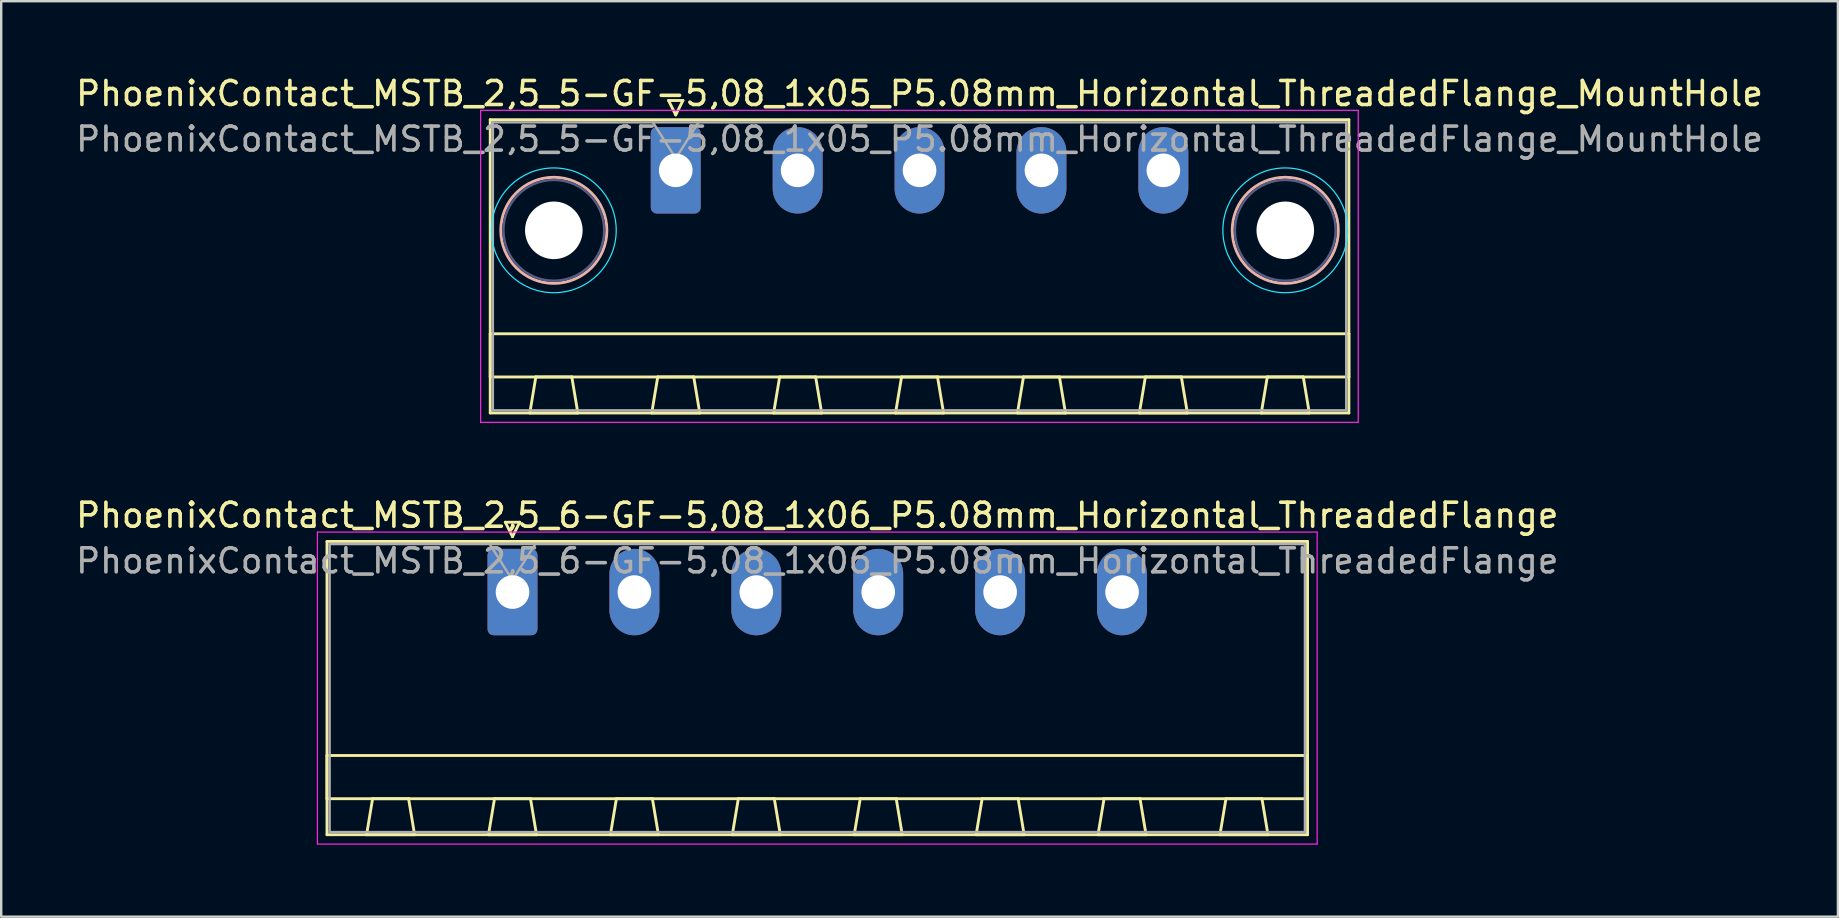
<source format=kicad_pcb>
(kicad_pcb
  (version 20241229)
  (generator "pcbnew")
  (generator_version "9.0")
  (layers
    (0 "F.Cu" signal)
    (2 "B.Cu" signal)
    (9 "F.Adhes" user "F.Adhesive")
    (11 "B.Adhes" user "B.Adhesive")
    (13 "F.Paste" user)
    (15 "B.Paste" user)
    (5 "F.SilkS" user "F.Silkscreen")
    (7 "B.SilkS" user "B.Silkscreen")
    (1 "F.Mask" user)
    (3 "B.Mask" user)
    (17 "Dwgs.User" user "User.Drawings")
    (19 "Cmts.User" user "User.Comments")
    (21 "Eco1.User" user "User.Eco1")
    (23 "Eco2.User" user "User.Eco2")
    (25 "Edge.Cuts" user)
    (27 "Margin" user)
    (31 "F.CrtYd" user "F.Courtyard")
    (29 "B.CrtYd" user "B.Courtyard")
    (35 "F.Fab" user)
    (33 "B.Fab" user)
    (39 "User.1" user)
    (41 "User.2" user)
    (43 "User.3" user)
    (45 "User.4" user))
  (footprint "PhoenixContact_MSTB_2,5_6-GF-5,08_1x06_P5.08mm_Horizontal_ThreadedFlange"
    (layer "F.Cu")
    (at 18.306 21.622)
    (property "Reference" "PhoenixContact_MSTB_2,5_6-GF-5,08_1x06_P5.08mm_Horizontal_ThreadedFlange" (at 12.7 -3.2 0) (layer "F.SilkS") (effects (font (size 1 1) (thickness 0.15))))
    (attr through_hole)
    (fp_line (start -7.73 -2.11) (end -7.73 10.11) (stroke (width 0.12) (type solid)) (layer "F.SilkS"))
    (fp_line (start -7.73 6.81) (end 33.13 6.81) (stroke (width 0.12) (type solid)) (layer "F.SilkS"))
    (fp_line (start -7.73 8.61) (end -7.73 6.81) (stroke (width 0.12) (type solid)) (layer "F.SilkS"))
    (fp_line (start -7.73 10.11) (end 33.13 10.11) (stroke (width 0.12) (type solid)) (layer "F.SilkS"))
    (fp_line (start -6.08 10.11) (end -4.08 10.11) (stroke (width 0.12) (type solid)) (layer "F.SilkS"))
    (fp_line (start -5.83 8.61) (end -6.08 10.11) (stroke (width 0.12) (type solid)) (layer "F.SilkS"))
    (fp_line (start -4.33 8.61) (end -5.83 8.61) (stroke (width 0.12) (type solid)) (layer "F.SilkS"))
    (fp_line (start -4.08 10.11) (end -4.33 8.61) (stroke (width 0.12) (type solid)) (layer "F.SilkS"))
    (fp_line (start -1 10.11) (end 1 10.11) (stroke (width 0.12) (type solid)) (layer "F.SilkS"))
    (fp_line (start -0.75 8.61) (end -1 10.11) (stroke (width 0.12) (type solid)) (layer "F.SilkS"))
    (fp_line (start -0.3 -2.91) (end 0.3 -2.91) (stroke (width 0.12) (type solid)) (layer "F.SilkS"))
    (fp_line (start 0 -2.31) (end -0.3 -2.91) (stroke (width 0.12) (type solid)) (layer "F.SilkS"))
    (fp_line (start 0.3 -2.91) (end 0 -2.31) (stroke (width 0.12) (type solid)) (layer "F.SilkS"))
    (fp_line (start 0.75 8.61) (end -0.75 8.61) (stroke (width 0.12) (type solid)) (layer "F.SilkS"))
    (fp_line (start 1 10.11) (end 0.75 8.61) (stroke (width 0.12) (type solid)) (layer "F.SilkS"))
    (fp_line (start 4.08 10.11) (end 6.08 10.11) (stroke (width 0.12) (type solid)) (layer "F.SilkS"))
    (fp_line (start 4.33 8.61) (end 4.08 10.11) (stroke (width 0.12) (type solid)) (layer "F.SilkS"))
    (fp_line (start 5.83 8.61) (end 4.33 8.61) (stroke (width 0.12) (type solid)) (layer "F.SilkS"))
    (fp_line (start 6.08 10.11) (end 5.83 8.61) (stroke (width 0.12) (type solid)) (layer "F.SilkS"))
    (fp_line (start 9.16 10.11) (end 11.16 10.11) (stroke (width 0.12) (type solid)) (layer "F.SilkS"))
    (fp_line (start 9.41 8.61) (end 9.16 10.11) (stroke (width 0.12) (type solid)) (layer "F.SilkS"))
    (fp_line (start 10.91 8.61) (end 9.41 8.61) (stroke (width 0.12) (type solid)) (layer "F.SilkS"))
    (fp_line (start 11.16 10.11) (end 10.91 8.61) (stroke (width 0.12) (type solid)) (layer "F.SilkS"))
    (fp_line (start 14.24 10.11) (end 16.24 10.11) (stroke (width 0.12) (type solid)) (layer "F.SilkS"))
    (fp_line (start 14.49 8.61) (end 14.24 10.11) (stroke (width 0.12) (type solid)) (layer "F.SilkS"))
    (fp_line (start 15.99 8.61) (end 14.49 8.61) (stroke (width 0.12) (type solid)) (layer "F.SilkS"))
    (fp_line (start 16.24 10.11) (end 15.99 8.61) (stroke (width 0.12) (type solid)) (layer "F.SilkS"))
    (fp_line (start 19.32 10.11) (end 21.32 10.11) (stroke (width 0.12) (type solid)) (layer "F.SilkS"))
    (fp_line (start 19.57 8.61) (end 19.32 10.11) (stroke (width 0.12) (type solid)) (layer "F.SilkS"))
    (fp_line (start 21.07 8.61) (end 19.57 8.61) (stroke (width 0.12) (type solid)) (layer "F.SilkS"))
    (fp_line (start 21.32 10.11) (end 21.07 8.61) (stroke (width 0.12) (type solid)) (layer "F.SilkS"))
    (fp_line (start 24.4 10.11) (end 26.4 10.11) (stroke (width 0.12) (type solid)) (layer "F.SilkS"))
    (fp_line (start 24.65 8.61) (end 24.4 10.11) (stroke (width 0.12) (type solid)) (layer "F.SilkS"))
    (fp_line (start 26.15 8.61) (end 24.65 8.61) (stroke (width 0.12) (type solid)) (layer "F.SilkS"))
    (fp_line (start 26.4 10.11) (end 26.15 8.61) (stroke (width 0.12) (type solid)) (layer "F.SilkS"))
    (fp_line (start 29.48 10.11) (end 31.48 10.11) (stroke (width 0.12) (type solid)) (layer "F.SilkS"))
    (fp_line (start 29.73 8.61) (end 29.48 10.11) (stroke (width 0.12) (type solid)) (layer "F.SilkS"))
    (fp_line (start 31.23 8.61) (end 29.73 8.61) (stroke (width 0.12) (type solid)) (layer "F.SilkS"))
    (fp_line (start 31.48 10.11) (end 31.23 8.61) (stroke (width 0.12) (type solid)) (layer "F.SilkS"))
    (fp_line (start 33.13 -2.11) (end -7.73 -2.11) (stroke (width 0.12) (type solid)) (layer "F.SilkS"))
    (fp_line (start 33.13 6.81) (end 33.13 8.61) (stroke (width 0.12) (type solid)) (layer "F.SilkS"))
    (fp_line (start 33.13 8.61) (end -7.73 8.61) (stroke (width 0.12) (type solid)) (layer "F.SilkS"))
    (fp_line (start 33.13 10.11) (end 33.13 -2.11) (stroke (width 0.12) (type solid)) (layer "F.SilkS"))
    (fp_line (start -8.13 -2.5) (end -8.13 10.5) (stroke (width 0.05) (type solid)) (layer "F.CrtYd"))
    (fp_line (start -8.13 10.5) (end 33.53 10.5) (stroke (width 0.05) (type solid)) (layer "F.CrtYd"))
    (fp_line (start 33.53 -2.5) (end -8.13 -2.5) (stroke (width 0.05) (type solid)) (layer "F.CrtYd"))
    (fp_line (start 33.53 10.5) (end 33.53 -2.5) (stroke (width 0.05) (type solid)) (layer "F.CrtYd"))
    (fp_line (start -7.62 -2) (end -7.62 10) (stroke (width 0.1) (type solid)) (layer "F.Fab"))
    (fp_line (start -7.62 10) (end 33.02 10) (stroke (width 0.1) (type solid)) (layer "F.Fab"))
    (fp_line (start 0 -0.5) (end -0.95 -2) (stroke (width 0.1) (type solid)) (layer "F.Fab"))
    (fp_line (start 0.95 -2) (end 0 -0.5) (stroke (width 0.1) (type solid)) (layer "F.Fab"))
    (fp_line (start 33.02 -2) (end -7.62 -2) (stroke (width 0.1) (type solid)) (layer "F.Fab"))
    (fp_line (start 33.02 10) (end 33.02 -2) (stroke (width 0.1) (type solid)) (layer "F.Fab"))
    (fp_text user "${REFERENCE}" (at 12.7 -1.3 0) (layer "F.Fab") (effects (font (size 1 1) (thickness 0.15))))
    (pad "1" thru_hole roundrect (at 0 0) (size 2.08 3.6) (drill 1.4) (layers "*.Cu" "*.Mask") (roundrect_rratio 0.12))
    (pad "2" thru_hole oval (at 5.08 0) (size 2.08 3.6) (drill 1.4) (layers "*.Cu" "*.Mask"))
    (pad "3" thru_hole oval (at 10.16 0) (size 2.08 3.6) (drill 1.4) (layers "*.Cu" "*.Mask"))
    (pad "4" thru_hole oval (at 15.24 0) (size 2.08 3.6) (drill 1.4) (layers "*.Cu" "*.Mask"))
    (pad "5" thru_hole oval (at 20.32 0) (size 2.08 3.6) (drill 1.4) (layers "*.Cu" "*.Mask"))
    (pad "6" thru_hole oval (at 25.4 0) (size 2.08 3.6) (drill 1.4) (layers "*.Cu" "*.Mask")))
  (footprint "PhoenixContact_MSTB_2,5_5-GF-5,08_1x05_P5.08mm_Horizontal_ThreadedFlange_MountHole"
    (layer "F.Cu")
    (at 25.108 4.048)
    (property "Reference" "PhoenixContact_MSTB_2,5_5-GF-5,08_1x05_P5.08mm_Horizontal_ThreadedFlange_MountHole" (at 10.16 -3.2 0) (layer "F.SilkS") (effects (font (size 1 1) (thickness 0.15))))
    (attr through_hole)
    (fp_line (start -7.73 -2.11) (end -7.73 10.11) (stroke (width 0.12) (type solid)) (layer "F.SilkS"))
    (fp_line (start -7.73 6.81) (end 28.05 6.81) (stroke (width 0.12) (type solid)) (layer "F.SilkS"))
    (fp_line (start -7.73 8.61) (end -7.73 6.81) (stroke (width 0.12) (type solid)) (layer "F.SilkS"))
    (fp_line (start -7.73 10.11) (end 28.05 10.11) (stroke (width 0.12) (type solid)) (layer "F.SilkS"))
    (fp_line (start -6.08 10.11) (end -4.08 10.11) (stroke (width 0.12) (type solid)) (layer "F.SilkS"))
    (fp_line (start -5.83 8.61) (end -6.08 10.11) (stroke (width 0.12) (type solid)) (layer "F.SilkS"))
    (fp_line (start -4.33 8.61) (end -5.83 8.61) (stroke (width 0.12) (type solid)) (layer "F.SilkS"))
    (fp_line (start -4.08 10.11) (end -4.33 8.61) (stroke (width 0.12) (type solid)) (layer "F.SilkS"))
    (fp_line (start -1 10.11) (end 1 10.11) (stroke (width 0.12) (type solid)) (layer "F.SilkS"))
    (fp_line (start -0.75 8.61) (end -1 10.11) (stroke (width 0.12) (type solid)) (layer "F.SilkS"))
    (fp_line (start -0.3 -2.91) (end 0.3 -2.91) (stroke (width 0.12) (type solid)) (layer "F.SilkS"))
    (fp_line (start 0 -2.31) (end -0.3 -2.91) (stroke (width 0.12) (type solid)) (layer "F.SilkS"))
    (fp_line (start 0.3 -2.91) (end 0 -2.31) (stroke (width 0.12) (type solid)) (layer "F.SilkS"))
    (fp_line (start 0.75 8.61) (end -0.75 8.61) (stroke (width 0.12) (type solid)) (layer "F.SilkS"))
    (fp_line (start 1 10.11) (end 0.75 8.61) (stroke (width 0.12) (type solid)) (layer "F.SilkS"))
    (fp_line (start 4.08 10.11) (end 6.08 10.11) (stroke (width 0.12) (type solid)) (layer "F.SilkS"))
    (fp_line (start 4.33 8.61) (end 4.08 10.11) (stroke (width 0.12) (type solid)) (layer "F.SilkS"))
    (fp_line (start 5.83 8.61) (end 4.33 8.61) (stroke (width 0.12) (type solid)) (layer "F.SilkS"))
    (fp_line (start 6.08 10.11) (end 5.83 8.61) (stroke (width 0.12) (type solid)) (layer "F.SilkS"))
    (fp_line (start 9.16 10.11) (end 11.16 10.11) (stroke (width 0.12) (type solid)) (layer "F.SilkS"))
    (fp_line (start 9.41 8.61) (end 9.16 10.11) (stroke (width 0.12) (type solid)) (layer "F.SilkS"))
    (fp_line (start 10.91 8.61) (end 9.41 8.61) (stroke (width 0.12) (type solid)) (layer "F.SilkS"))
    (fp_line (start 11.16 10.11) (end 10.91 8.61) (stroke (width 0.12) (type solid)) (layer "F.SilkS"))
    (fp_line (start 14.24 10.11) (end 16.24 10.11) (stroke (width 0.12) (type solid)) (layer "F.SilkS"))
    (fp_line (start 14.49 8.61) (end 14.24 10.11) (stroke (width 0.12) (type solid)) (layer "F.SilkS"))
    (fp_line (start 15.99 8.61) (end 14.49 8.61) (stroke (width 0.12) (type solid)) (layer "F.SilkS"))
    (fp_line (start 16.24 10.11) (end 15.99 8.61) (stroke (width 0.12) (type solid)) (layer "F.SilkS"))
    (fp_line (start 19.32 10.11) (end 21.32 10.11) (stroke (width 0.12) (type solid)) (layer "F.SilkS"))
    (fp_line (start 19.57 8.61) (end 19.32 10.11) (stroke (width 0.12) (type solid)) (layer "F.SilkS"))
    (fp_line (start 21.07 8.61) (end 19.57 8.61) (stroke (width 0.12) (type solid)) (layer "F.SilkS"))
    (fp_line (start 21.32 10.11) (end 21.07 8.61) (stroke (width 0.12) (type solid)) (layer "F.SilkS"))
    (fp_line (start 24.4 10.11) (end 26.4 10.11) (stroke (width 0.12) (type solid)) (layer "F.SilkS"))
    (fp_line (start 24.65 8.61) (end 24.4 10.11) (stroke (width 0.12) (type solid)) (layer "F.SilkS"))
    (fp_line (start 26.15 8.61) (end 24.65 8.61) (stroke (width 0.12) (type solid)) (layer "F.SilkS"))
    (fp_line (start 26.4 10.11) (end 26.15 8.61) (stroke (width 0.12) (type solid)) (layer "F.SilkS"))
    (fp_line (start 28.05 -2.11) (end -7.73 -2.11) (stroke (width 0.12) (type solid)) (layer "F.SilkS"))
    (fp_line (start 28.05 6.81) (end 28.05 8.61) (stroke (width 0.12) (type solid)) (layer "F.SilkS"))
    (fp_line (start 28.05 8.61) (end -7.73 8.61) (stroke (width 0.12) (type solid)) (layer "F.SilkS"))
    (fp_line (start 28.05 10.11) (end 28.05 -2.11) (stroke (width 0.12) (type solid)) (layer "F.SilkS"))
    (fp_circle (center -5.08 2.5) (end -2.87 2.5) (stroke (width 0.12) (type solid)) (fill no) (layer "B.SilkS"))
    (fp_circle (center 25.4 2.5) (end 27.61 2.5) (stroke (width 0.12) (type solid)) (fill no) (layer "B.SilkS"))
    (fp_circle (center -5.08 2.5) (end -2.48 2.5) (stroke (width 0.05) (type solid)) (fill no) (layer "B.CrtYd"))
    (fp_circle (center 25.4 2.5) (end 28 2.5) (stroke (width 0.05) (type solid)) (fill no) (layer "B.CrtYd"))
    (fp_line (start -8.13 -2.5) (end -8.13 10.5) (stroke (width 0.05) (type solid)) (layer "F.CrtYd"))
    (fp_line (start -8.13 10.5) (end 28.44 10.5) (stroke (width 0.05) (type solid)) (layer "F.CrtYd"))
    (fp_line (start 28.44 -2.5) (end -8.13 -2.5) (stroke (width 0.05) (type solid)) (layer "F.CrtYd"))
    (fp_line (start 28.44 10.5) (end 28.44 -2.5) (stroke (width 0.05) (type solid)) (layer "F.CrtYd"))
    (fp_circle (center -5.08 2.5) (end -2.98 2.5) (stroke (width 0.1) (type solid)) (fill no) (layer "B.Fab"))
    (fp_circle (center 25.4 2.5) (end 27.5 2.5) (stroke (width 0.1) (type solid)) (fill no) (layer "B.Fab"))
    (fp_line (start -7.62 -2) (end -7.62 10) (stroke (width 0.1) (type solid)) (layer "F.Fab"))
    (fp_line (start -7.62 10) (end 27.94 10) (stroke (width 0.1) (type solid)) (layer "F.Fab"))
    (fp_line (start 0 -0.5) (end -0.95 -2) (stroke (width 0.1) (type solid)) (layer "F.Fab"))
    (fp_line (start 0.95 -2) (end 0 -0.5) (stroke (width 0.1) (type solid)) (layer "F.Fab"))
    (fp_line (start 27.94 -2) (end -7.62 -2) (stroke (width 0.1) (type solid)) (layer "F.Fab"))
    (fp_line (start 27.94 10) (end 27.94 -2) (stroke (width 0.1) (type solid)) (layer "F.Fab"))
    (fp_text user "${REFERENCE}" (at 10.16 -1.3 0) (layer "F.Fab") (effects (font (size 1 1) (thickness 0.15))))
    (pad "" np_thru_hole circle (at -5.08 2.5) (size 2.4 2.4) (drill 2.4) (layers "*.Cu" "*.Mask"))
    (pad "" np_thru_hole circle (at 25.4 2.5) (size 2.4 2.4) (drill 2.4) (layers "*.Cu" "*.Mask"))
    (pad "1" thru_hole roundrect (at 0 0) (size 2.08 3.6) (drill 1.4) (layers "*.Cu" "*.Mask") (roundrect_rratio 0.12))
    (pad "2" thru_hole oval (at 5.08 0) (size 2.08 3.6) (drill 1.4) (layers "*.Cu" "*.Mask"))
    (pad "3" thru_hole oval (at 10.16 0) (size 2.08 3.6) (drill 1.4) (layers "*.Cu" "*.Mask"))
    (pad "4" thru_hole oval (at 15.24 0) (size 2.08 3.6) (drill 1.4) (layers "*.Cu" "*.Mask"))
    (pad "5" thru_hole oval (at 20.32 0) (size 2.08 3.6) (drill 1.4) (layers "*.Cu" "*.Mask")))
  (gr_rect
    (start -3 -3)
    (end 73.536 35.147)
    (stroke (width 0.1) (type default))
    (fill no)
    (layer "Edge.Cuts")))
</source>
